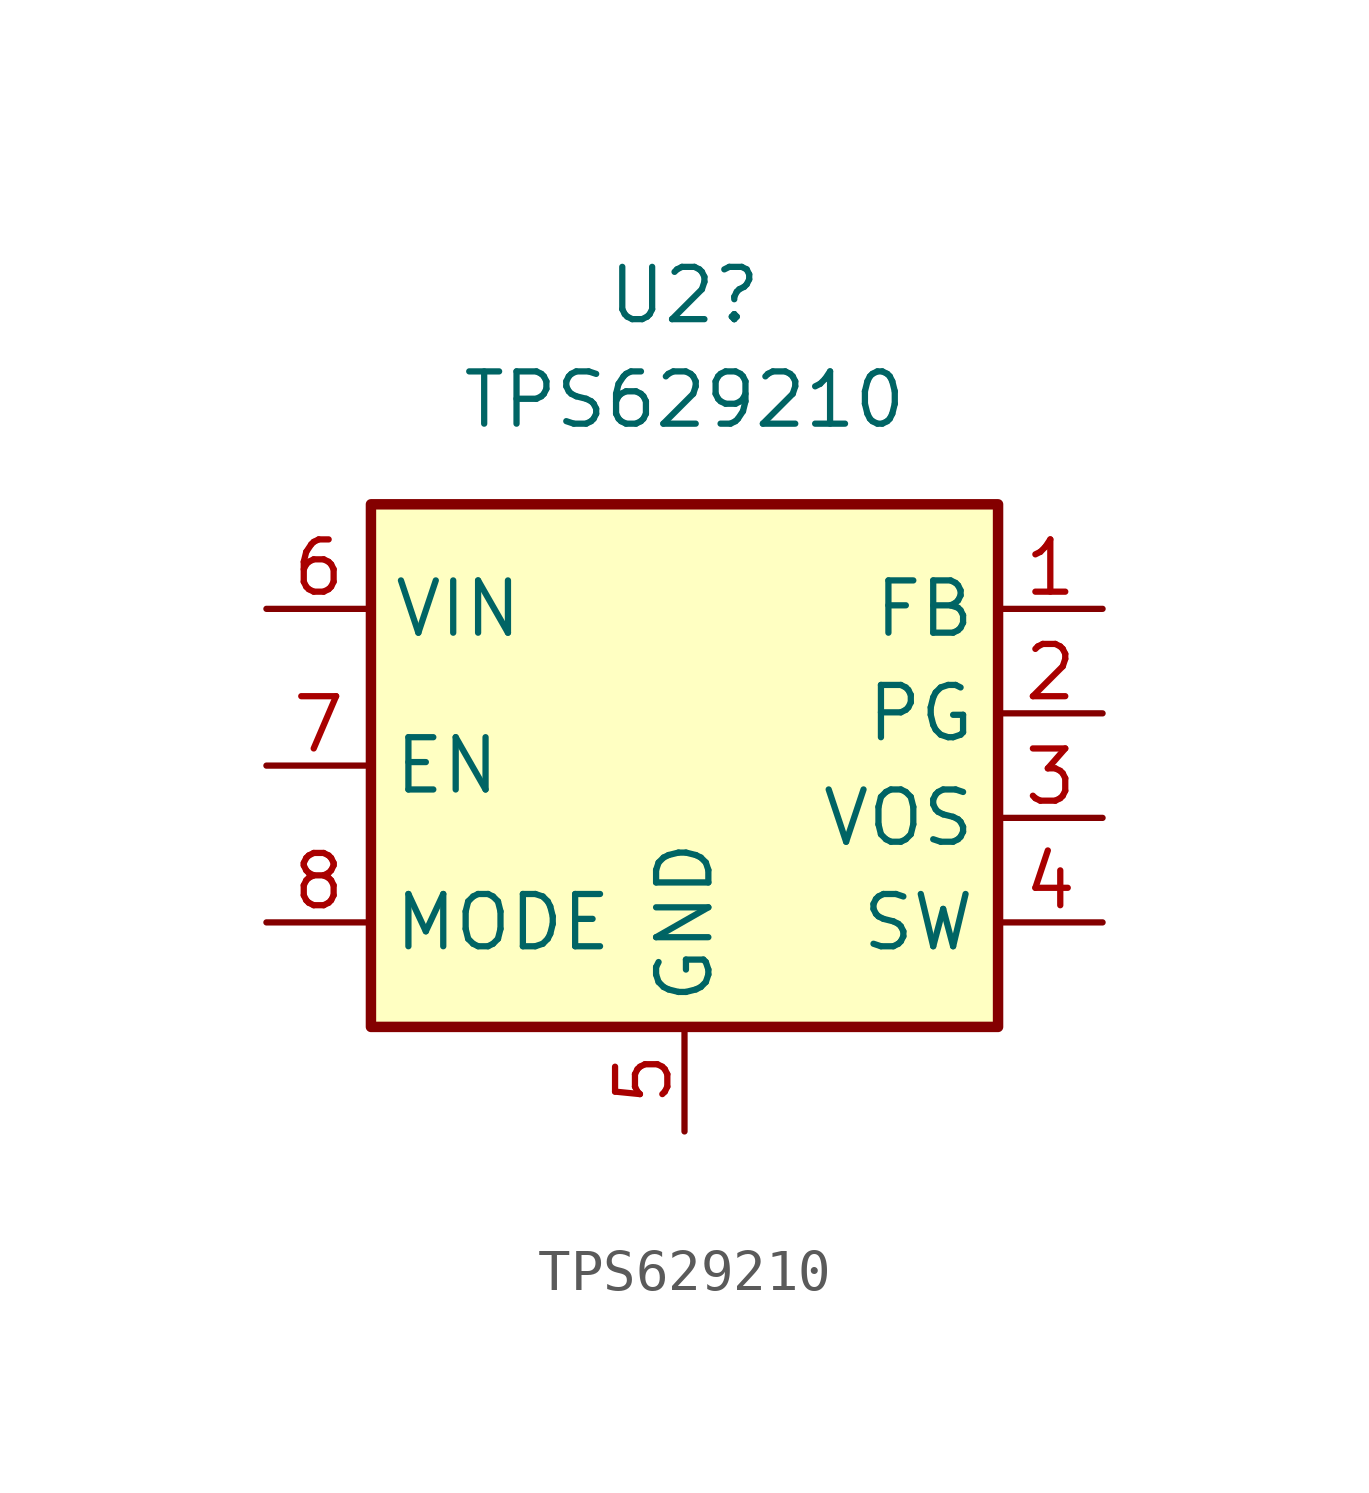
<source format=kicad_sym>
(kicad_symbol_lib
  (version 20211014)
  (generator kicad_symbol_editor)
  (symbol "TPS629210"
    (property "Reference" "U2"
      (at 0 10.16 0)
      (effects (font (size 1.27 1.27))))
    (property "Value" "TPS629210"
      (at 0 7.62 0)
      (effects (font (size 1.27 1.27))))
    (symbol "TPS629210_0_1"
      (rectangle (start -7.62 5.08) (end 7.62 -7.62) (stroke (width 0.254) (type default) (color 0 0 0 0)) (fill (type background))))
    (symbol "TPS629210_1_1"
      (pin input line (at 10.16 2.54 180) (length 2.54) (name "FB" (effects (font (size 1.27 1.27)))) (number "1" (effects (font (size 1.27 1.27)))))
      (pin output line (at 10.16 0 180) (length 2.54) (name "PG" (effects (font (size 1.27 1.27)))) (number "2" (effects (font (size 1.27 1.27)))))
      (pin input line (at 10.16 -2.54 180) (length 2.54) (name "VOS" (effects (font (size 1.27 1.27)))) (number "3" (effects (font (size 1.27 1.27)))))
      (pin power_out line (at 10.16 -5.08 180) (length 2.54) (name "SW" (effects (font (size 1.27 1.27)))) (number "4" (effects (font (size 1.27 1.27)))))
      (pin power_in line (at 0 -10.16 90) (length 2.54) (name "GND" (effects (font (size 1.27 1.27)))) (number "5" (effects (font (size 1.27 1.27)))))
      (pin power_in line (at -10.16 2.54 0) (length 2.54) (name "VIN" (effects (font (size 1.27 1.27)))) (number "6" (effects (font (size 1.27 1.27)))))
      (pin input line (at -10.16 -1.27 0) (length 2.54) (name "EN" (effects (font (size 1.27 1.27)))) (number "7" (effects (font (size 1.27 1.27)))))
      (pin input line (at -10.16 -5.08 0) (length 2.54) (name "MODE" (effects (font (size 1.27 1.27)))) (number "8" (effects (font (size 1.27 1.27))))))))
</source>
